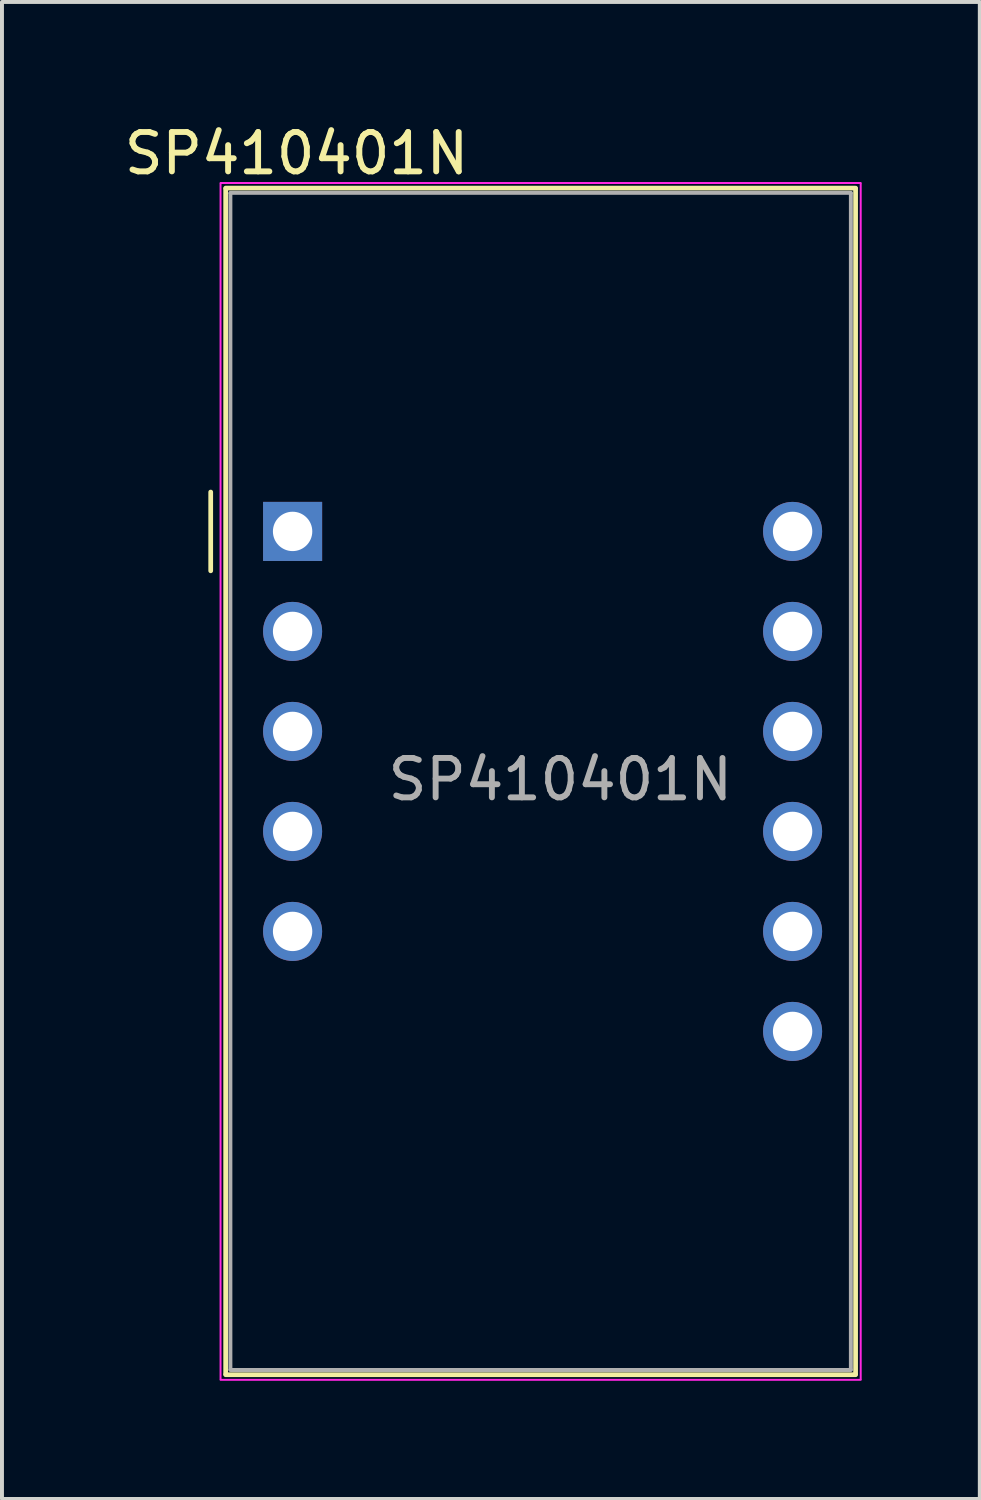
<source format=kicad_pcb>
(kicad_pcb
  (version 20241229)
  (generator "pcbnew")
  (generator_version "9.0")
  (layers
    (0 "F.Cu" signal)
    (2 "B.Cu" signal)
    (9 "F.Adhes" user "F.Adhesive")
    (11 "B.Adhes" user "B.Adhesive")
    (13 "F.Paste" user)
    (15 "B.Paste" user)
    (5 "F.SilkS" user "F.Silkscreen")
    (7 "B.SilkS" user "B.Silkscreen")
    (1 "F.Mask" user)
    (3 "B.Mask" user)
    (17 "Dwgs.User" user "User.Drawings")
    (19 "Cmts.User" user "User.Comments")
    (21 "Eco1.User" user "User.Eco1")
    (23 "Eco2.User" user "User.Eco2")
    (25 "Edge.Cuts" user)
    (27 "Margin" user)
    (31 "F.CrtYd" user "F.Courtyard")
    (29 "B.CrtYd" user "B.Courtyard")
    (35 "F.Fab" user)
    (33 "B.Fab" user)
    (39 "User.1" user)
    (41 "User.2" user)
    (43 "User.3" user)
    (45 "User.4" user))
  (footprint "SP410401N"
    (layer "F.Cu")
    (at 4.682 10.448)
    (property "Reference" "SP410401N" (at -0.2 -9.6 0) (layer "F.SilkS") (effects (font (size 1 1) (thickness 0.15))))
    (attr through_hole)
    (fp_line (start -2.38 -1) (end -2.38 1) (stroke (width 0.12) (type solid)) (layer "F.SilkS"))
    (fp_line (start -2 -8.72) (end 14 -8.72) (stroke (width 0.12) (type solid)) (layer "F.SilkS"))
    (fp_line (start -2 -8.7) (end -2 21.4) (stroke (width 0.12) (type solid)) (layer "F.SilkS"))
    (fp_line (start -2 21.42) (end 14 21.42) (stroke (width 0.12) (type solid)) (layer "F.SilkS"))
    (fp_line (start 14 21.4) (end 14 -8.7) (stroke (width 0.12) (type solid)) (layer "F.SilkS"))
    (fp_line (start -2.13 -8.85) (end 14.13 -8.85) (stroke (width 0.05) (type solid)) (layer "F.CrtYd"))
    (fp_line (start -2.13 21.53) (end -2.13 -8.83) (stroke (width 0.05) (type solid)) (layer "F.CrtYd"))
    (fp_line (start 14.13 -8.83) (end 14.13 21.53) (stroke (width 0.05) (type solid)) (layer "F.CrtYd"))
    (fp_line (start 14.13 21.55) (end -2.13 21.55) (stroke (width 0.05) (type solid)) (layer "F.CrtYd"))
    (fp_line (start -1.88 -8.6) (end 13.88 -8.6) (stroke (width 0.1) (type solid)) (layer "F.Fab"))
    (fp_line (start -1.88 -8.58) (end -1.88 21.28) (stroke (width 0.1) (type solid)) (layer "F.Fab"))
    (fp_line (start -1.88 21.3) (end 13.88 21.3) (stroke (width 0.1) (type solid)) (layer "F.Fab"))
    (fp_line (start 13.88 -8.58) (end 13.88 21.28) (stroke (width 0.1) (type solid)) (layer "F.Fab"))
    (fp_text user "${REFERENCE}" (at 6.5 6.3 0) (layer "F.Fab") (effects (font (size 1 1) (thickness 0.15))))
    (pad "1" thru_hole rect (at -0.3 0) (size 1.5 1.5) (drill 1) (layers "*.Cu" "*.Mask"))
    (pad "2" thru_hole circle (at -0.3 2.54) (size 1.5 1.5) (drill 1) (layers "*.Cu" "*.Mask"))
    (pad "3" thru_hole circle (at -0.3 5.08) (size 1.5 1.5) (drill 1) (layers "*.Cu" "*.Mask"))
    (pad "4" thru_hole circle (at -0.3 7.62) (size 1.5 1.5) (drill 1) (layers "*.Cu" "*.Mask"))
    (pad "5" thru_hole circle (at -0.3 10.16) (size 1.5 1.5) (drill 1) (layers "*.Cu" "*.Mask"))
    (pad "7" thru_hole circle (at 12.4 12.7) (size 1.5 1.5) (drill 1) (layers "*.Cu" "*.Mask"))
    (pad "8" thru_hole circle (at 12.4 10.16) (size 1.5 1.5) (drill 1) (layers "*.Cu" "*.Mask"))
    (pad "9" thru_hole circle (at 12.4 7.62) (size 1.5 1.5) (drill 1) (layers "*.Cu" "*.Mask"))
    (pad "10" thru_hole circle (at 12.4 5.08) (size 1.5 1.5) (drill 1) (layers "*.Cu" "*.Mask"))
    (pad "11" thru_hole circle (at 12.4 2.54) (size 1.5 1.5) (drill 1) (layers "*.Cu" "*.Mask"))
    (pad "12" thru_hole circle (at 12.4 0) (size 1.5 1.5) (drill 1) (layers "*.Cu" "*.Mask")))
  (gr_rect
    (start -3 -3)
    (end 21.837 35.023)
    (stroke (width 0.1) (type default))
    (fill no)
    (layer "Edge.Cuts")))
</source>
